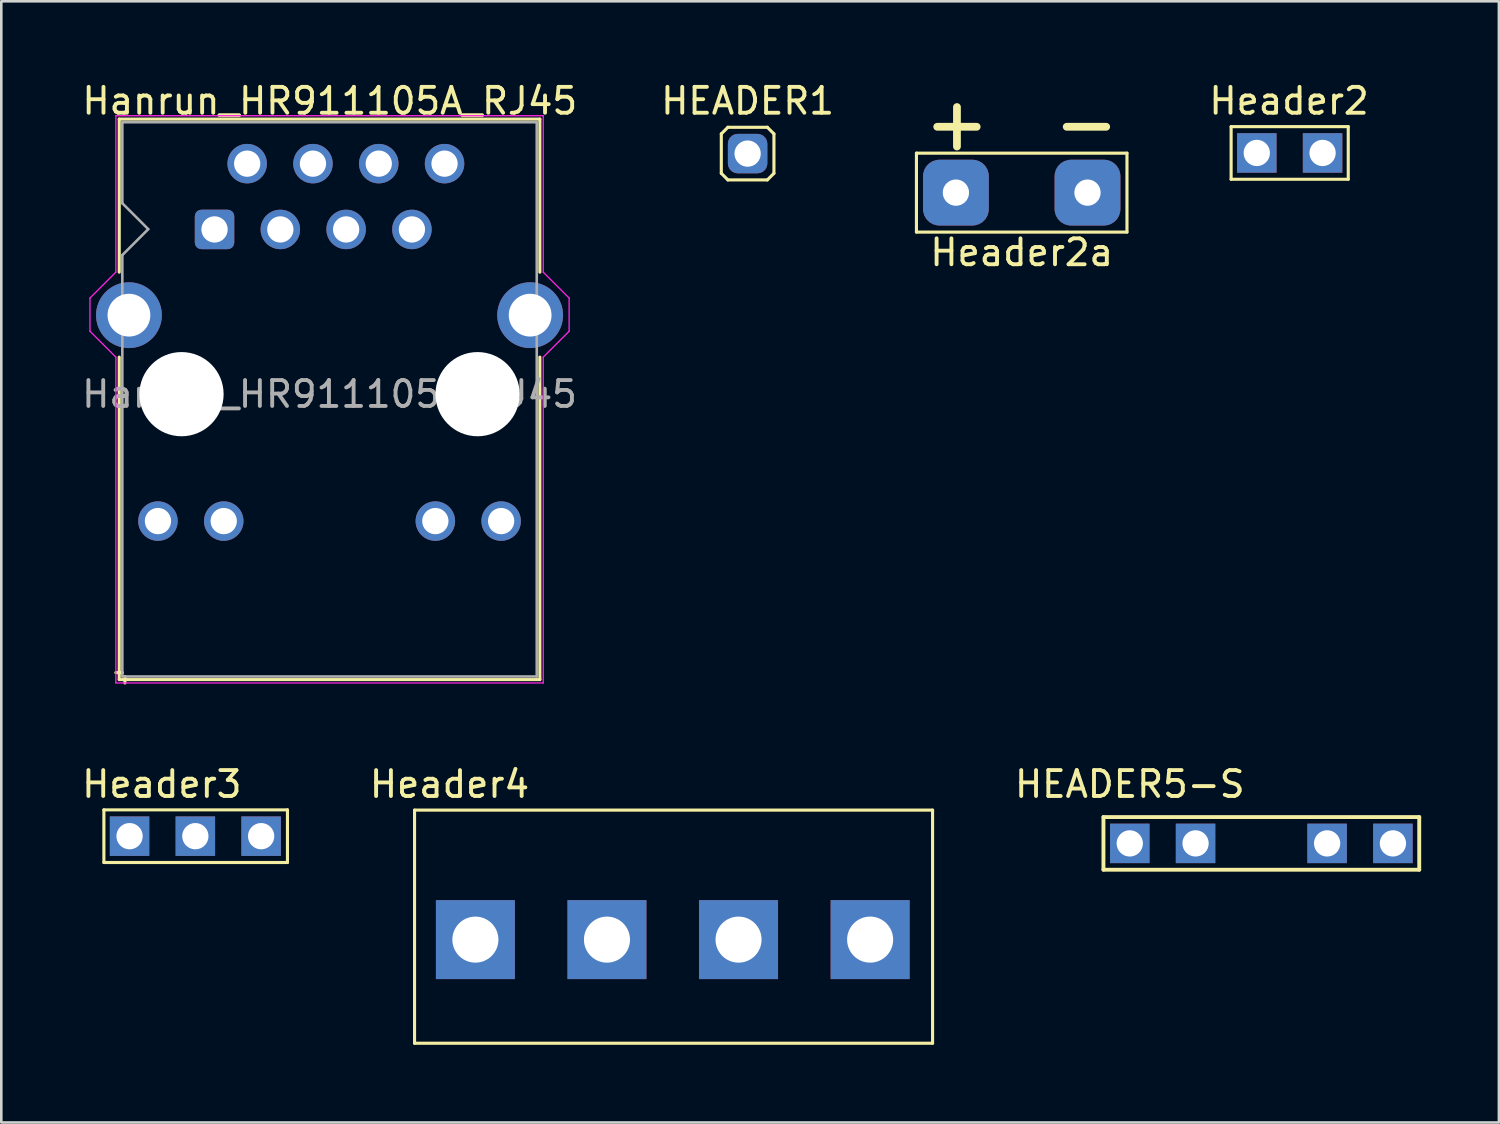
<source format=kicad_pcb>
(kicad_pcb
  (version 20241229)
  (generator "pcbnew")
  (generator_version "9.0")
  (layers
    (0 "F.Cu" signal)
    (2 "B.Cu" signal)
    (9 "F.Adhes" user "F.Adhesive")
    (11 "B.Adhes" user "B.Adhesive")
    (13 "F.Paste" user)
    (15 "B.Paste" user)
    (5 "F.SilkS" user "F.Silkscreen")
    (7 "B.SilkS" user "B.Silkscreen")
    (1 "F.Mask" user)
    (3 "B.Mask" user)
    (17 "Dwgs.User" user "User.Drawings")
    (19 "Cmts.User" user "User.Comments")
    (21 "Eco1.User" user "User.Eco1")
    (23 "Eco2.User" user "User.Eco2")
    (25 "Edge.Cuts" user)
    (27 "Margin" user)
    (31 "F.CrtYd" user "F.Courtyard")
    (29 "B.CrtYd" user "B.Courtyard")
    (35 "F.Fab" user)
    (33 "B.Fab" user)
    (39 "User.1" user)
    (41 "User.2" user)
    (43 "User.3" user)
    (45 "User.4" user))
  (footprint "HEADER5-S"
    (layer "F.Cu")
    (at 40.568 29.512)
    (property "Reference" "HEADER5-S" (at 0 -2.286 0) (layer "F.SilkS") (effects (font (size 1 1) (thickness 0.15))))
    (attr through_hole)
    (fp_line (start -1.016 -1.016) (end 11.176 -1.016) (stroke (width 0.15) (type solid)) (layer "F.SilkS"))
    (fp_line (start -1.016 1.016) (end -1.016 -1.016) (stroke (width 0.15) (type solid)) (layer "F.SilkS"))
    (fp_line (start 11.176 -1.016) (end 11.176 1.016) (stroke (width 0.15) (type solid)) (layer "F.SilkS"))
    (fp_line (start 11.176 1.016) (end -1.016 1.016) (stroke (width 0.15) (type solid)) (layer "F.SilkS"))
    (pad "1" thru_hole rect (at 0 0) (size 1.524 1.524) (drill 1.016) (layers "*.Cu" "*.Mask"))
    (pad "2" thru_hole rect (at 2.54 0) (size 1.524 1.524) (drill 1.016) (layers "*.Cu" "*.Mask"))
    (pad "4" thru_hole rect (at 7.62 0) (size 1.524 1.524) (drill 1.016) (layers "*.Cu" "*.Mask"))
    (pad "5" thru_hole rect (at 10.16 0) (size 1.524 1.524) (drill 1.016) (layers "*.Cu" "*.Mask")))
  (footprint "Header3"
    (layer "F.Cu")
    (at 3.222 31.773)
    (property "Reference" "Header3" (at -0.025 -4.547 0) (layer "F.SilkS") (effects (font (size 1 1) (thickness 0.15))))
    (attr through_hole)
    (fp_line (start -2.261 -3.556) (end 4.826 -3.556) (stroke (width 0.12) (type solid)) (layer "F.SilkS"))
    (fp_line (start -2.261 -1.524) (end -2.261 -3.556) (stroke (width 0.12) (type solid)) (layer "F.SilkS"))
    (fp_line (start 4.826 -3.556) (end 4.826 -1.524) (stroke (width 0.12) (type solid)) (layer "F.SilkS"))
    (fp_line (start 4.826 -1.524) (end -2.261 -1.524) (stroke (width 0.12) (type solid)) (layer "F.SilkS"))
    (pad "1" thru_hole trapezoid (at -1.27 -2.54) (size 1.524 1.524) (drill 1.016) (layers "*.Cu" "*.Mask"))
    (pad "2" thru_hole trapezoid (at 1.27 -2.54) (size 1.524 1.524) (drill 1.016) (layers "*.Cu" "*.Mask"))
    (pad "3" thru_hole trapezoid (at 3.81 -2.54) (size 1.524 1.524) (drill 1.016) (layers "*.Cu" "*.Mask")))
  (footprint "Hanrun_HR911105A_RJ45"
    (layer "F.Cu")
    (at 5.233 5.808)
    (property "Reference" "Hanrun_HR911105A_RJ45" (at 4.45 -4.96 0) (layer "F.SilkS") (effects (font (size 1 1) (thickness 0.15))))
    (attr through_hole)
    (fp_line (start -3.68 -4.26) (end -3.68 1.65) (stroke (width 0.12) (type solid)) (layer "F.SilkS"))
    (fp_line (start -3.68 -4.26) (end 12.56 -4.26) (stroke (width 0.12) (type solid)) (layer "F.SilkS"))
    (fp_line (start -3.68 4.93) (end -3.68 17.38) (stroke (width 0.12) (type solid)) (layer "F.SilkS"))
    (fp_line (start -3.56 17.11) (end -3.81 17.11) (stroke (width 0.12) (type solid)) (layer "F.SilkS"))
    (fp_line (start -3.46 17.26) (end -3.46 17.51) (stroke (width 0.12) (type solid)) (layer "F.SilkS"))
    (fp_line (start 12.56 -4.26) (end 12.56 1.65) (stroke (width 0.12) (type solid)) (layer "F.SilkS"))
    (fp_line (start 12.56 4.93) (end 12.56 17.38) (stroke (width 0.12) (type solid)) (layer "F.SilkS"))
    (fp_line (start 12.56 17.38) (end -3.68 17.38) (stroke (width 0.12) (type solid)) (layer "F.SilkS"))
    (fp_line (start -4.81 3.93) (end -4.81 2.65) (stroke (width 0.05) (type solid)) (layer "F.CrtYd"))
    (fp_line (start -4.81 3.93) (end -3.81 4.93) (stroke (width 0.05) (type solid)) (layer "F.CrtYd"))
    (fp_line (start -3.81 -4.39) (end 12.69 -4.39) (stroke (width 0.05) (type solid)) (layer "F.CrtYd"))
    (fp_line (start -3.81 1.65) (end -4.81 2.65) (stroke (width 0.05) (type solid)) (layer "F.CrtYd"))
    (fp_line (start -3.81 1.65) (end -3.81 -4.4) (stroke (width 0.05) (type solid)) (layer "F.CrtYd"))
    (fp_line (start -3.81 4.93) (end -3.81 17.51) (stroke (width 0.05) (type solid)) (layer "F.CrtYd"))
    (fp_line (start -3.81 17.51) (end 12.69 17.51) (stroke (width 0.05) (type solid)) (layer "F.CrtYd"))
    (fp_line (start 12.69 1.65) (end 12.69 -4.39) (stroke (width 0.05) (type solid)) (layer "F.CrtYd"))
    (fp_line (start 12.69 1.65) (end 13.69 2.65) (stroke (width 0.05) (type solid)) (layer "F.CrtYd"))
    (fp_line (start 12.69 4.93) (end 12.69 17.51) (stroke (width 0.05) (type solid)) (layer "F.CrtYd"))
    (fp_line (start 13.69 3.93) (end 12.69 4.93) (stroke (width 0.05) (type solid)) (layer "F.CrtYd"))
    (fp_line (start 13.69 3.93) (end 13.69 2.65) (stroke (width 0.05) (type solid)) (layer "F.CrtYd"))
    (fp_line (start -3.56 -4.14) (end -3.56 -1.01) (stroke (width 0.1) (type solid)) (layer "F.Fab"))
    (fp_line (start -3.56 -4.14) (end 12.44 -4.14) (stroke (width 0.1) (type solid)) (layer "F.Fab"))
    (fp_line (start -3.56 0.99) (end -3.56 17.26) (stroke (width 0.1) (type solid)) (layer "F.Fab"))
    (fp_line (start -3.56 17.26) (end 12.44 17.26) (stroke (width 0.1) (type solid)) (layer "F.Fab"))
    (fp_line (start -2.56 -0.01) (end -3.56 -1.01) (stroke (width 0.1) (type solid)) (layer "F.Fab"))
    (fp_line (start -2.56 -0.01) (end -3.56 0.99) (stroke (width 0.1) (type solid)) (layer "F.Fab"))
    (fp_line (start 12.44 -4.14) (end 12.44 17.26) (stroke (width 0.1) (type solid)) (layer "F.Fab"))
    (fp_text user "${REFERENCE}" (at 4.44 6.36 0) (layer "F.Fab") (effects (font (size 1 1) (thickness 0.15))))
    (pad "" np_thru_hole circle (at -1.275 6.36) (size 3.251 3.251) (drill 3.251) (layers "*.Cu" "*.Mask"))
    (pad "" np_thru_hole circle (at 10.155 6.36) (size 3.251 3.251) (drill 3.251) (layers "*.Cu" "*.Mask"))
    (pad "1" thru_hole roundrect (at 0 0) (size 1.524 1.524) (drill 1.016) (layers "*.Cu" "*.Mask") (roundrect_rratio 0.167))
    (pad "2" thru_hole circle (at 1.26 -2.54) (size 1.524 1.524) (drill 1.016) (layers "*.Cu" "*.Mask"))
    (pad "3" thru_hole circle (at 2.54 0) (size 1.524 1.524) (drill 1.016) (layers "*.Cu" "*.Mask"))
    (pad "4" thru_hole circle (at 3.8 -2.54) (size 1.524 1.524) (drill 1.016) (layers "*.Cu" "*.Mask"))
    (pad "5" thru_hole circle (at 5.08 0) (size 1.524 1.524) (drill 1.016) (layers "*.Cu" "*.Mask"))
    (pad "6" thru_hole circle (at 6.34 -2.54 90) (size 1.524 1.524) (drill 1.016) (layers "*.Cu" "*.Mask"))
    (pad "7" thru_hole circle (at 7.62 0) (size 1.524 1.524) (drill 1.016) (layers "*.Cu" "*.Mask"))
    (pad "8" thru_hole circle (at 8.88 -2.54) (size 1.524 1.524) (drill 1.016) (layers "*.Cu" "*.Mask"))
    (pad "9" thru_hole circle (at -2.185 11.26) (size 1.524 1.524) (drill 1.016) (layers "*.Cu" "*.Mask"))
    (pad "10" thru_hole circle (at 0.355 11.26) (size 1.524 1.524) (drill 1.016) (layers "*.Cu" "*.Mask"))
    (pad "11" thru_hole circle (at 8.525 11.26) (size 1.524 1.524) (drill 1.016) (layers "*.Cu" "*.Mask"))
    (pad "12" thru_hole circle (at 11.065 11.26) (size 1.524 1.524) (drill 1.016) (layers "*.Cu" "*.Mask"))
    (pad "SH" thru_hole circle (at -3.305 3.31) (size 2.54 2.54) (drill 1.651) (layers "*.Cu" "*.Mask"))
    (pad "SH" thru_hole circle (at 12.185 3.31) (size 2.54 2.54) (drill 1.651) (layers "*.Cu" "*.Mask")))
  (footprint "Header2"
    (layer "F.Cu")
    (at 46.742 5.395)
    (property "Reference" "Header2" (at -0.025 -4.547 0) (layer "F.SilkS") (effects (font (size 1 1) (thickness 0.15))))
    (attr through_hole)
    (fp_line (start -2.261 -3.556) (end 2.261 -3.556) (stroke (width 0.12) (type solid)) (layer "F.SilkS"))
    (fp_line (start -2.261 -1.524) (end -2.261 -3.556) (stroke (width 0.12) (type solid)) (layer "F.SilkS"))
    (fp_line (start 2.261 -3.556) (end 2.261 -1.524) (stroke (width 0.12) (type solid)) (layer "F.SilkS"))
    (fp_line (start 2.261 -1.524) (end -2.261 -1.524) (stroke (width 0.12) (type solid)) (layer "F.SilkS"))
    (pad "1" thru_hole trapezoid (at -1.27 -2.54) (size 1.524 1.524) (drill 1.016) (layers "*.Cu" "*.Mask"))
    (pad "2" thru_hole trapezoid (at 1.27 -2.54) (size 1.524 1.524) (drill 1.016) (layers "*.Cu" "*.Mask")))
  (footprint "HEADER1"
    (layer "F.Cu")
    (at 25.814 4.15)
    (property "Reference" "HEADER1" (at 0 -3.302 0) (layer "F.SilkS") (effects (font (size 1 1) (thickness 0.15))))
    (attr through_hole)
    (fp_line (start -1.016 -2.032) (end -0.762 -2.286) (stroke (width 0.12) (type solid)) (layer "F.SilkS"))
    (fp_line (start -1.016 -0.508) (end -1.016 -2.032) (stroke (width 0.12) (type solid)) (layer "F.SilkS"))
    (fp_line (start -0.762 -2.286) (end 0.762 -2.286) (stroke (width 0.12) (type solid)) (layer "F.SilkS"))
    (fp_line (start -0.762 -0.254) (end -1.016 -0.508) (stroke (width 0.12) (type solid)) (layer "F.SilkS"))
    (fp_line (start 0.762 -2.286) (end 1.016 -2.032) (stroke (width 0.12) (type solid)) (layer "F.SilkS"))
    (fp_line (start 0.762 -0.254) (end -0.762 -0.254) (stroke (width 0.12) (type solid)) (layer "F.SilkS"))
    (fp_line (start 1.016 -2.032) (end 1.016 -0.508) (stroke (width 0.12) (type solid)) (layer "F.SilkS"))
    (fp_line (start 1.016 -0.508) (end 0.762 -0.254) (stroke (width 0.12) (type solid)) (layer "F.SilkS"))
    (pad "1" thru_hole roundrect (at 0 -1.27) (size 1.524 1.524) (drill 1.016) (layers "*.Cu" "*.Mask") (roundrect_rratio 0.25)))
  (footprint "Header2a"
    (layer "F.Cu")
    (at 36.396 8.197)
    (property "Reference" "Header2a" (at 0 -1.5 0) (layer "F.SilkS") (effects (font (size 1 1) (thickness 0.15))))
    (attr through_hole)
    (fp_line (start -4.064 -5.334) (end 4.064 -5.334) (stroke (width 0.12) (type solid)) (layer "F.SilkS"))
    (fp_line (start -4.064 -2.286) (end -4.064 -5.334) (stroke (width 0.12) (type solid)) (layer "F.SilkS"))
    (fp_line (start 4.064 -5.334) (end 4.064 -2.286) (stroke (width 0.12) (type solid)) (layer "F.SilkS"))
    (fp_line (start 4.064 -2.286) (end -4.064 -2.286) (stroke (width 0.12) (type solid)) (layer "F.SilkS"))
    (fp_text user "-" (at 2.5 -6.5 0) (layer "F.SilkS") (effects (font (size 2 2) (thickness 0.3))))
    (fp_text user "+" (at -2.5 -6.5 0) (layer "F.SilkS") (effects (font (size 2 2) (thickness 0.3))))
    (pad "1" thru_hole roundrect (at -2.54 -3.81) (size 2.54 2.54) (drill 1.016) (layers "*.Cu" "*.Mask") (roundrect_rratio 0.25))
    (pad "2" thru_hole roundrect (at 2.54 -3.81) (size 2.54 2.54) (drill 1.016) (layers "*.Cu" "*.Mask") (roundrect_rratio 0.25)))
  (footprint "Header4"
    (layer "F.Cu")
    (at 15.304 33.227)
    (property "Reference" "Header4" (at -1 -6 0) (layer "F.SilkS") (effects (font (size 1 1) (thickness 0.15))))
    (attr through_hole)
    (fp_line (start -2.349 -5) (end 17.651 -5) (stroke (width 0.12) (type solid)) (layer "F.SilkS"))
    (fp_line (start -2.349 4) (end -2.349 -5) (stroke (width 0.12) (type solid)) (layer "F.SilkS"))
    (fp_line (start -2.349 4) (end 17.651 4) (stroke (width 0.12) (type solid)) (layer "F.SilkS"))
    (fp_line (start 17.651 4) (end 17.651 -5) (stroke (width 0.12) (type solid)) (layer "F.SilkS"))
    (pad "1" thru_hole rect (at 0 0) (size 3.048 3.048) (drill 1.778) (layers "*.Cu" "*.Mask"))
    (pad "2" thru_hole rect (at 5.08 0) (size 3.048 3.048) (drill 1.778) (layers "*.Cu" "*.Mask"))
    (pad "3" thru_hole rect (at 10.16 0) (size 3.048 3.048) (drill 1.778) (layers "*.Cu" "*.Mask"))
    (pad "4" thru_hole rect (at 15.24 0) (size 3.048 3.048) (drill 1.778) (layers "*.Cu" "*.Mask")))
  (gr_rect
    (start -3 -3)
    (end 54.819 40.287)
    (stroke (width 0.1) (type default))
    (fill no)
    (layer "Edge.Cuts")))
</source>
